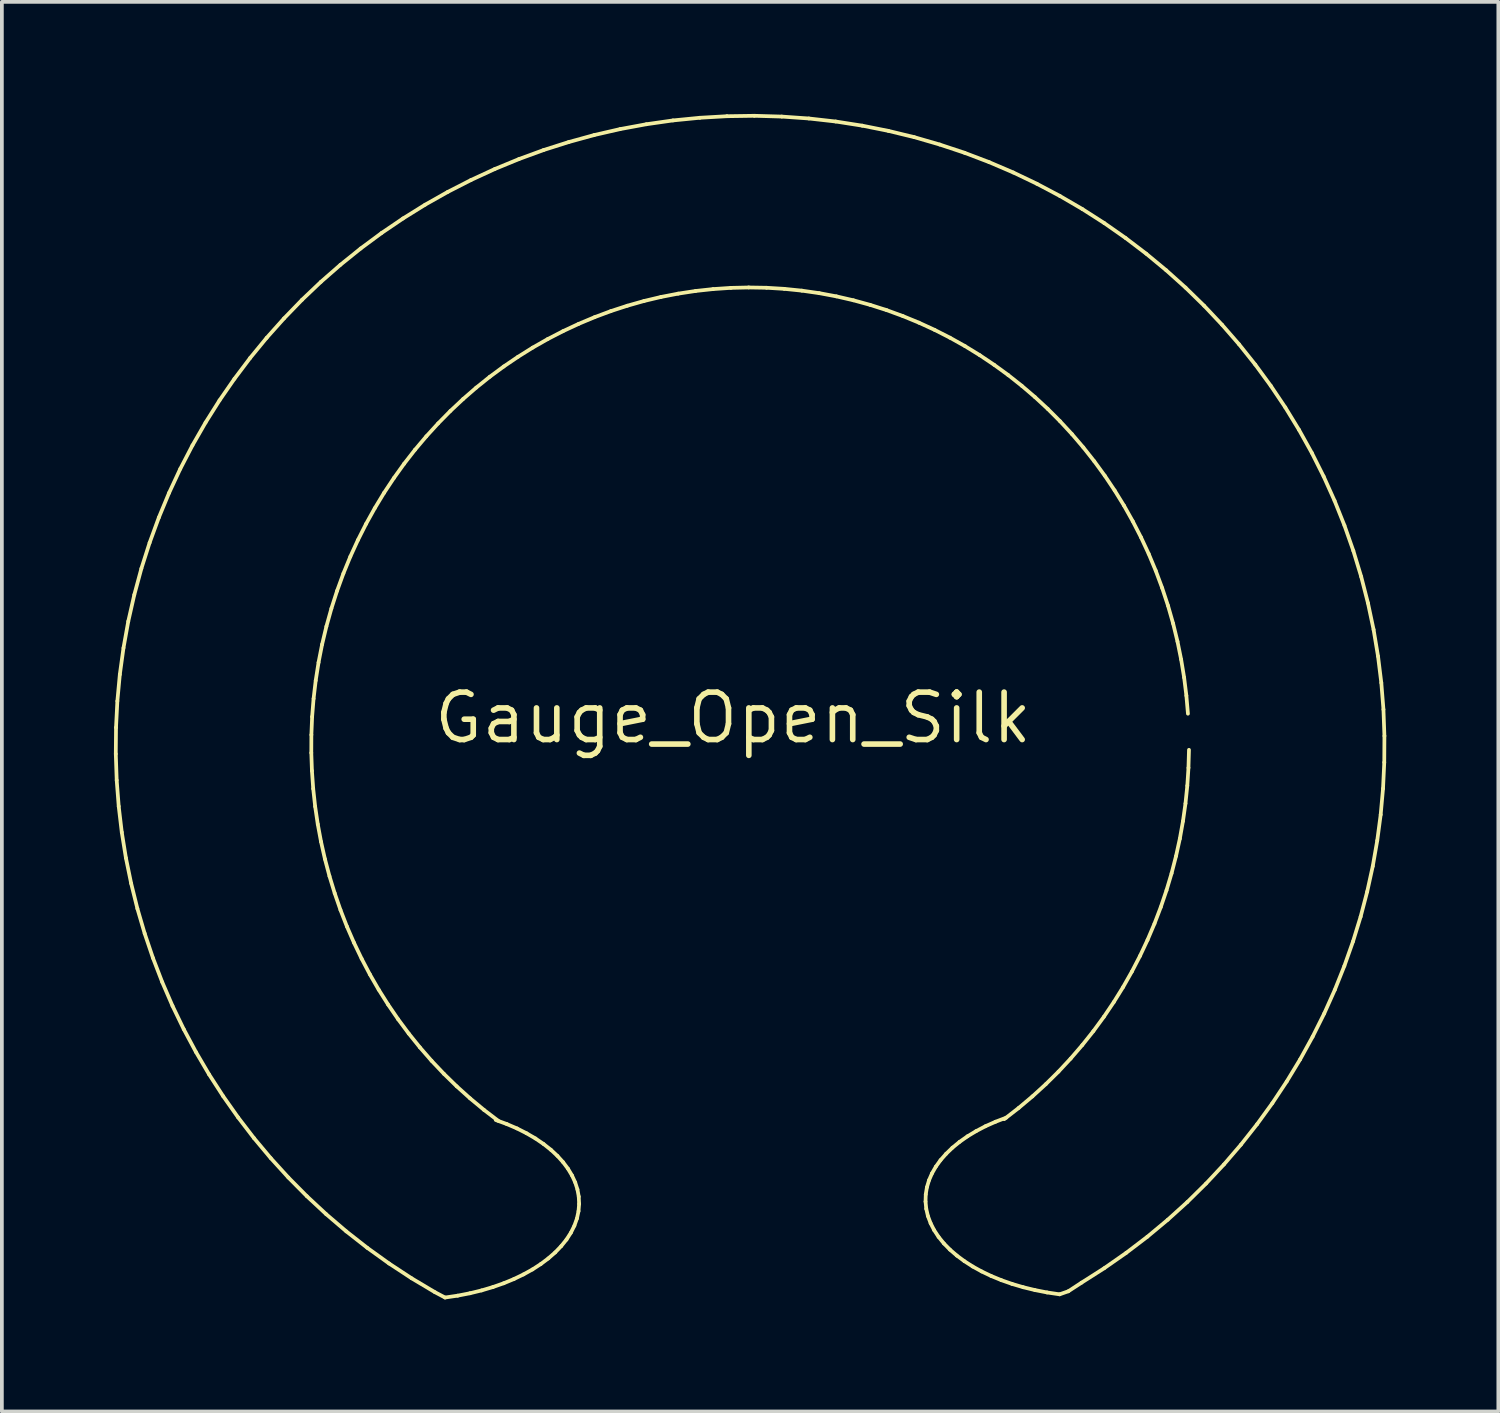
<source format=kicad_pcb>
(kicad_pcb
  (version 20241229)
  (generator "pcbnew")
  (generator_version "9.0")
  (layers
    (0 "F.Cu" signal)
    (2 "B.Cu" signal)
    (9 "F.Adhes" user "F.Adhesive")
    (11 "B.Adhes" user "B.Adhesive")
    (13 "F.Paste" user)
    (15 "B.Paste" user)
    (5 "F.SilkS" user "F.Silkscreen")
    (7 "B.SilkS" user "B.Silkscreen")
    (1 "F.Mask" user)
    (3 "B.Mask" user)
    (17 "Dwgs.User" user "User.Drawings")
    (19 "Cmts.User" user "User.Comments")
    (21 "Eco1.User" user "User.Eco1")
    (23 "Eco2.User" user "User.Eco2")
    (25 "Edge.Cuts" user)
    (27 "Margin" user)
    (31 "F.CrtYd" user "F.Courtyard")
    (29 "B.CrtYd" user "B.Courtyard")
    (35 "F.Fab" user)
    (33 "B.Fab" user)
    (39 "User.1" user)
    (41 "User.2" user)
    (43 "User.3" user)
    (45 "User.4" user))
  (footprint "Gauge_Open_Silk"
    (layer "F.Cu")
    (at 16.574 16.169)
    (property "Reference" "Gauge_Open_Silk" (at 0 0 0) (layer "F.SilkS") (effects (font (size 1.27 1.27) (thickness 0.15))))
    (attr through_hole)
    (fp_line (start 12.179 -0.112) (end 12.202 0.372) (stroke (width 0.1) (type solid)) (layer "F.Mask"))
    (fp_line (start 12.202 0.372) (end 12.207 0.855) (stroke (width 0.1) (type solid)) (layer "F.Mask"))
    (fp_line (start -16.524 0.965) (end -16.518 0.258) (stroke (width 0.1) (type solid)) (layer "F.SilkS"))
    (fp_line (start -16.518 0.258) (end -16.482 -0.451) (stroke (width 0.1) (type solid)) (layer "F.SilkS"))
    (fp_line (start -16.5 1.668) (end -16.524 0.965) (stroke (width 0.1) (type solid)) (layer "F.SilkS"))
    (fp_line (start -16.482 -0.451) (end -16.416 -1.162) (stroke (width 0.1) (type solid)) (layer "F.SilkS"))
    (fp_line (start -16.446 2.367) (end -16.5 1.668) (stroke (width 0.1) (type solid)) (layer "F.SilkS"))
    (fp_line (start -16.416 -1.162) (end -16.318 -1.873) (stroke (width 0.1) (type solid)) (layer "F.SilkS"))
    (fp_line (start -16.364 3.061) (end -16.446 2.367) (stroke (width 0.1) (type solid)) (layer "F.SilkS"))
    (fp_line (start -16.318 -1.873) (end -16.19 -2.585) (stroke (width 0.1) (type solid)) (layer "F.SilkS"))
    (fp_line (start -16.253 3.75) (end -16.364 3.061) (stroke (width 0.1) (type solid)) (layer "F.SilkS"))
    (fp_line (start -16.19 -2.585) (end -16.029 -3.295) (stroke (width 0.1) (type solid)) (layer "F.SilkS"))
    (fp_line (start -16.113 4.431) (end -16.253 3.75) (stroke (width 0.1) (type solid)) (layer "F.SilkS"))
    (fp_line (start -16.029 -3.295) (end -15.839 -3.999) (stroke (width 0.1) (type solid)) (layer "F.SilkS"))
    (fp_line (start -15.946 5.105) (end -16.113 4.431) (stroke (width 0.1) (type solid)) (layer "F.SilkS"))
    (fp_line (start -15.839 -3.999) (end -15.619 -4.688) (stroke (width 0.1) (type solid)) (layer "F.SilkS"))
    (fp_line (start -15.751 5.771) (end -15.946 5.105) (stroke (width 0.1) (type solid)) (layer "F.SilkS"))
    (fp_line (start -15.619 -4.688) (end -15.372 -5.363) (stroke (width 0.1) (type solid)) (layer "F.SilkS"))
    (fp_line (start -15.529 6.428) (end -15.751 5.771) (stroke (width 0.1) (type solid)) (layer "F.SilkS"))
    (fp_line (start -15.372 -5.363) (end -15.098 -6.023) (stroke (width 0.1) (type solid)) (layer "F.SilkS"))
    (fp_line (start -15.281 7.074) (end -15.529 6.428) (stroke (width 0.1) (type solid)) (layer "F.SilkS"))
    (fp_line (start -15.098 -6.023) (end -14.798 -6.667) (stroke (width 0.1) (type solid)) (layer "F.SilkS"))
    (fp_line (start -15.006 7.71) (end -15.281 7.074) (stroke (width 0.1) (type solid)) (layer "F.SilkS"))
    (fp_line (start -14.798 -6.667) (end -14.472 -7.295) (stroke (width 0.1) (type solid)) (layer "F.SilkS"))
    (fp_line (start -14.705 8.334) (end -15.006 7.71) (stroke (width 0.1) (type solid)) (layer "F.SilkS"))
    (fp_line (start -14.472 -7.295) (end -14.121 -7.907) (stroke (width 0.1) (type solid)) (layer "F.SilkS"))
    (fp_line (start -14.378 8.946) (end -14.705 8.334) (stroke (width 0.1) (type solid)) (layer "F.SilkS"))
    (fp_line (start -14.121 -7.907) (end -13.747 -8.501) (stroke (width 0.1) (type solid)) (layer "F.SilkS"))
    (fp_line (start -14.027 9.544) (end -14.378 8.946) (stroke (width 0.1) (type solid)) (layer "F.SilkS"))
    (fp_line (start -13.747 -8.501) (end -13.348 -9.077) (stroke (width 0.1) (type solid)) (layer "F.SilkS"))
    (fp_line (start -13.65 10.128) (end -14.027 9.544) (stroke (width 0.1) (type solid)) (layer "F.SilkS"))
    (fp_line (start -13.348 -9.077) (end -12.928 -9.635) (stroke (width 0.1) (type solid)) (layer "F.SilkS"))
    (fp_line (start -13.249 10.697) (end -13.65 10.128) (stroke (width 0.1) (type solid)) (layer "F.SilkS"))
    (fp_line (start -12.928 -9.635) (end -12.485 -10.175) (stroke (width 0.1) (type solid)) (layer "F.SilkS"))
    (fp_line (start -12.825 11.25) (end -13.249 10.697) (stroke (width 0.1) (type solid)) (layer "F.SilkS"))
    (fp_line (start -12.485 -10.175) (end -12.021 -10.694) (stroke (width 0.1) (type solid)) (layer "F.SilkS"))
    (fp_line (start -12.376 11.786) (end -12.825 11.25) (stroke (width 0.1) (type solid)) (layer "F.SilkS"))
    (fp_line (start -12.021 -10.694) (end -11.537 -11.194) (stroke (width 0.1) (type solid)) (layer "F.SilkS"))
    (fp_line (start -11.904 12.305) (end -12.376 11.786) (stroke (width 0.1) (type solid)) (layer "F.SilkS"))
    (fp_line (start -11.537 -11.194) (end -11.033 -11.673) (stroke (width 0.1) (type solid)) (layer "F.SilkS"))
    (fp_line (start -11.409 12.805) (end -11.904 12.305) (stroke (width 0.1) (type solid)) (layer "F.SilkS"))
    (fp_line (start -11.29 0.936) (end -11.288 0.453) (stroke (width 0.1) (type solid)) (layer "F.SilkS"))
    (fp_line (start -11.288 0.453) (end -11.268 -0.031) (stroke (width 0.1) (type solid)) (layer "F.SilkS"))
    (fp_line (start -11.273 1.417) (end -11.29 0.936) (stroke (width 0.1) (type solid)) (layer "F.SilkS"))
    (fp_line (start -11.268 -0.031) (end -11.229 -0.515) (stroke (width 0.1) (type solid)) (layer "F.SilkS"))
    (fp_line (start -11.239 1.896) (end -11.273 1.417) (stroke (width 0.1) (type solid)) (layer "F.SilkS"))
    (fp_line (start -11.229 -0.515) (end -11.172 -1) (stroke (width 0.1) (type solid)) (layer "F.SilkS"))
    (fp_line (start -11.187 2.372) (end -11.239 1.896) (stroke (width 0.1) (type solid)) (layer "F.SilkS"))
    (fp_line (start -11.172 -1) (end -11.096 -1.484) (stroke (width 0.1) (type solid)) (layer "F.SilkS"))
    (fp_line (start -11.117 2.845) (end -11.187 2.372) (stroke (width 0.1) (type solid)) (layer "F.SilkS"))
    (fp_line (start -11.096 -1.484) (end -11.001 -1.967) (stroke (width 0.1) (type solid)) (layer "F.SilkS"))
    (fp_line (start -11.033 -11.673) (end -10.51 -12.13) (stroke (width 0.1) (type solid)) (layer "F.SilkS"))
    (fp_line (start -11.03 3.314) (end -11.117 2.845) (stroke (width 0.1) (type solid)) (layer "F.SilkS"))
    (fp_line (start -11.001 -1.967) (end -10.886 -2.448) (stroke (width 0.1) (type solid)) (layer "F.SilkS"))
    (fp_line (start -10.925 3.779) (end -11.03 3.314) (stroke (width 0.1) (type solid)) (layer "F.SilkS"))
    (fp_line (start -10.892 13.286) (end -11.409 12.805) (stroke (width 0.1) (type solid)) (layer "F.SilkS"))
    (fp_line (start -10.886 -2.448) (end -10.752 -2.928) (stroke (width 0.1) (type solid)) (layer "F.SilkS"))
    (fp_line (start -10.803 4.239) (end -10.925 3.779) (stroke (width 0.1) (type solid)) (layer "F.SilkS"))
    (fp_line (start -10.752 -2.928) (end -10.6 -3.401) (stroke (width 0.1) (type solid)) (layer "F.SilkS"))
    (fp_line (start -10.664 4.693) (end -10.803 4.239) (stroke (width 0.1) (type solid)) (layer "F.SilkS"))
    (fp_line (start -10.6 -3.401) (end -10.431 -3.865) (stroke (width 0.1) (type solid)) (layer "F.SilkS"))
    (fp_line (start -10.51 -12.13) (end -9.969 -12.566) (stroke (width 0.1) (type solid)) (layer "F.SilkS"))
    (fp_line (start -10.509 5.142) (end -10.664 4.693) (stroke (width 0.1) (type solid)) (layer "F.SilkS"))
    (fp_line (start -10.431 -3.865) (end -10.245 -4.318) (stroke (width 0.1) (type solid)) (layer "F.SilkS"))
    (fp_line (start -10.353 13.747) (end -10.892 13.286) (stroke (width 0.1) (type solid)) (layer "F.SilkS"))
    (fp_line (start -10.337 5.584) (end -10.509 5.142) (stroke (width 0.1) (type solid)) (layer "F.SilkS"))
    (fp_line (start -10.245 -4.318) (end -10.042 -4.761) (stroke (width 0.1) (type solid)) (layer "F.SilkS"))
    (fp_line (start -10.148 6.018) (end -10.337 5.584) (stroke (width 0.1) (type solid)) (layer "F.SilkS"))
    (fp_line (start -10.042 -4.761) (end -9.824 -5.193) (stroke (width 0.1) (type solid)) (layer "F.SilkS"))
    (fp_line (start -9.969 -12.566) (end -9.41 -12.98) (stroke (width 0.1) (type solid)) (layer "F.SilkS"))
    (fp_line (start -9.943 6.446) (end -10.148 6.018) (stroke (width 0.1) (type solid)) (layer "F.SilkS"))
    (fp_line (start -9.824 -5.193) (end -9.591 -5.613) (stroke (width 0.1) (type solid)) (layer "F.SilkS"))
    (fp_line (start -9.792 14.187) (end -10.353 13.747) (stroke (width 0.1) (type solid)) (layer "F.SilkS"))
    (fp_line (start -9.723 6.865) (end -9.943 6.446) (stroke (width 0.1) (type solid)) (layer "F.SilkS"))
    (fp_line (start -9.591 -5.613) (end -9.343 -6.023) (stroke (width 0.1) (type solid)) (layer "F.SilkS"))
    (fp_line (start -9.486 7.276) (end -9.723 6.865) (stroke (width 0.1) (type solid)) (layer "F.SilkS"))
    (fp_line (start -9.41 -12.98) (end -8.835 -13.37) (stroke (width 0.1) (type solid)) (layer "F.SilkS"))
    (fp_line (start -9.343 -6.023) (end -9.08 -6.42) (stroke (width 0.1) (type solid)) (layer "F.SilkS"))
    (fp_line (start -9.233 7.677) (end -9.486 7.276) (stroke (width 0.1) (type solid)) (layer "F.SilkS"))
    (fp_line (start -9.209 14.606) (end -9.792 14.187) (stroke (width 0.1) (type solid)) (layer "F.SilkS"))
    (fp_line (start -9.08 -6.42) (end -8.804 -6.805) (stroke (width 0.1) (type solid)) (layer "F.SilkS"))
    (fp_line (start -8.965 8.069) (end -9.233 7.677) (stroke (width 0.1) (type solid)) (layer "F.SilkS"))
    (fp_line (start -8.835 -13.37) (end -8.244 -13.738) (stroke (width 0.1) (type solid)) (layer "F.SilkS"))
    (fp_line (start -8.804 -6.805) (end -8.514 -7.178) (stroke (width 0.1) (type solid)) (layer "F.SilkS"))
    (fp_line (start -8.682 8.45) (end -8.965 8.069) (stroke (width 0.1) (type solid)) (layer "F.SilkS"))
    (fp_line (start -8.606 15.002) (end -9.209 14.606) (stroke (width 0.1) (type solid)) (layer "F.SilkS"))
    (fp_line (start -8.514 -7.178) (end -8.21 -7.538) (stroke (width 0.1) (type solid)) (layer "F.SilkS"))
    (fp_line (start -8.383 8.821) (end -8.682 8.45) (stroke (width 0.1) (type solid)) (layer "F.SilkS"))
    (fp_line (start -8.244 -13.738) (end -7.637 -14.081) (stroke (width 0.1) (type solid)) (layer "F.SilkS"))
    (fp_line (start -8.21 -7.538) (end -7.894 -7.884) (stroke (width 0.1) (type solid)) (layer "F.SilkS"))
    (fp_line (start -8.07 9.18) (end -8.383 8.821) (stroke (width 0.1) (type solid)) (layer "F.SilkS"))
    (fp_line (start -7.982 15.374) (end -8.606 15.002) (stroke (width 0.1) (type solid)) (layer "F.SilkS"))
    (fp_line (start -7.894 -7.884) (end -7.566 -8.217) (stroke (width 0.1) (type solid)) (layer "F.SilkS"))
    (fp_line (start -7.741 9.528) (end -8.07 9.18) (stroke (width 0.1) (type solid)) (layer "F.SilkS"))
    (fp_line (start -7.71 15.518) (end -7.982 15.374) (stroke (width 0.1) (type solid)) (layer "F.SilkS"))
    (fp_line (start -7.637 -14.081) (end -7.016 -14.399) (stroke (width 0.1) (type solid)) (layer "F.SilkS"))
    (fp_line (start -7.566 -8.217) (end -7.226 -8.536) (stroke (width 0.1) (type solid)) (layer "F.SilkS"))
    (fp_line (start -7.398 9.863) (end -7.741 9.528) (stroke (width 0.1) (type solid)) (layer "F.SilkS"))
    (fp_line (start -7.372 15.468) (end -7.71 15.518) (stroke (width 0.1) (type solid)) (layer "F.SilkS"))
    (fp_line (start -7.226 -8.536) (end -6.875 -8.841) (stroke (width 0.1) (type solid)) (layer "F.SilkS"))
    (fp_line (start -7.044 15.404) (end -7.372 15.468) (stroke (width 0.1) (type solid)) (layer "F.SilkS"))
    (fp_line (start -7.04 10.185) (end -7.398 9.863) (stroke (width 0.1) (type solid)) (layer "F.SilkS"))
    (fp_line (start -7.016 -14.399) (end -6.38 -14.693) (stroke (width 0.1) (type solid)) (layer "F.SilkS"))
    (fp_line (start -6.875 -8.841) (end -6.512 -9.132) (stroke (width 0.1) (type solid)) (layer "F.SilkS"))
    (fp_line (start -6.729 15.327) (end -7.044 15.404) (stroke (width 0.1) (type solid)) (layer "F.SilkS"))
    (fp_line (start -6.668 10.494) (end -7.04 10.185) (stroke (width 0.1) (type solid)) (layer "F.SilkS"))
    (fp_line (start -6.512 -9.132) (end -6.139 -9.407) (stroke (width 0.1) (type solid)) (layer "F.SilkS"))
    (fp_line (start -6.427 15.237) (end -6.729 15.327) (stroke (width 0.1) (type solid)) (layer "F.SilkS"))
    (fp_line (start -6.38 -14.693) (end -5.732 -14.96) (stroke (width 0.1) (type solid)) (layer "F.SilkS"))
    (fp_line (start -6.352 10.765) (end -6.058 10.873) (stroke (width 0.1) (type solid)) (layer "F.SilkS"))
    (fp_line (start -6.282 10.789) (end -6.668 10.494) (stroke (width 0.1) (type solid)) (layer "F.SilkS"))
    (fp_line (start -6.139 -9.407) (end -5.756 -9.667) (stroke (width 0.1) (type solid)) (layer "F.SilkS"))
    (fp_line (start -6.139 15.136) (end -6.427 15.237) (stroke (width 0.1) (type solid)) (layer "F.SilkS"))
    (fp_line (start -6.058 10.873) (end -5.783 10.991) (stroke (width 0.1) (type solid)) (layer "F.SilkS"))
    (fp_line (start -5.866 15.023) (end -6.139 15.136) (stroke (width 0.1) (type solid)) (layer "F.SilkS"))
    (fp_line (start -5.783 10.991) (end -5.527 11.121) (stroke (width 0.1) (type solid)) (layer "F.SilkS"))
    (fp_line (start -5.756 -9.667) (end -5.364 -9.912) (stroke (width 0.1) (type solid)) (layer "F.SilkS"))
    (fp_line (start -5.732 -14.96) (end -5.072 -15.202) (stroke (width 0.1) (type solid)) (layer "F.SilkS"))
    (fp_line (start -5.609 14.899) (end -5.866 15.023) (stroke (width 0.1) (type solid)) (layer "F.SilkS"))
    (fp_line (start -5.527 11.121) (end -5.29 11.259) (stroke (width 0.1) (type solid)) (layer "F.SilkS"))
    (fp_line (start -5.369 14.766) (end -5.609 14.899) (stroke (width 0.1) (type solid)) (layer "F.SilkS"))
    (fp_line (start -5.364 -9.912) (end -4.962 -10.141) (stroke (width 0.1) (type solid)) (layer "F.SilkS"))
    (fp_line (start -5.29 11.259) (end -5.073 11.407) (stroke (width 0.1) (type solid)) (layer "F.SilkS"))
    (fp_line (start -5.147 14.622) (end -5.369 14.766) (stroke (width 0.1) (type solid)) (layer "F.SilkS"))
    (fp_line (start -5.073 11.407) (end -4.877 11.562) (stroke (width 0.1) (type solid)) (layer "F.SilkS"))
    (fp_line (start -5.072 -15.202) (end -4.399 -15.416) (stroke (width 0.1) (type solid)) (layer "F.SilkS"))
    (fp_line (start -4.962 -10.141) (end -4.551 -10.353) (stroke (width 0.1) (type solid)) (layer "F.SilkS"))
    (fp_line (start -4.944 14.47) (end -5.147 14.622) (stroke (width 0.1) (type solid)) (layer "F.SilkS"))
    (fp_line (start -4.877 11.562) (end -4.702 11.725) (stroke (width 0.1) (type solid)) (layer "F.SilkS"))
    (fp_line (start -4.761 14.31) (end -4.944 14.47) (stroke (width 0.1) (type solid)) (layer "F.SilkS"))
    (fp_line (start -4.702 11.725) (end -4.549 11.895) (stroke (width 0.1) (type solid)) (layer "F.SilkS"))
    (fp_line (start -4.599 14.141) (end -4.761 14.31) (stroke (width 0.1) (type solid)) (layer "F.SilkS"))
    (fp_line (start -4.551 -10.353) (end -4.132 -10.549) (stroke (width 0.1) (type solid)) (layer "F.SilkS"))
    (fp_line (start -4.549 11.895) (end -4.418 12.07) (stroke (width 0.1) (type solid)) (layer "F.SilkS"))
    (fp_line (start -4.458 13.966) (end -4.599 14.141) (stroke (width 0.1) (type solid)) (layer "F.SilkS"))
    (fp_line (start -4.418 12.07) (end -4.31 12.251) (stroke (width 0.1) (type solid)) (layer "F.SilkS"))
    (fp_line (start -4.399 -15.416) (end -3.716 -15.604) (stroke (width 0.1) (type solid)) (layer "F.SilkS"))
    (fp_line (start -4.341 13.783) (end -4.458 13.966) (stroke (width 0.1) (type solid)) (layer "F.SilkS"))
    (fp_line (start -4.31 12.251) (end -4.225 12.436) (stroke (width 0.1) (type solid)) (layer "F.SilkS"))
    (fp_line (start -4.247 13.595) (end -4.341 13.783) (stroke (width 0.1) (type solid)) (layer "F.SilkS"))
    (fp_line (start -4.225 12.436) (end -4.165 12.624) (stroke (width 0.1) (type solid)) (layer "F.SilkS"))
    (fp_line (start -4.178 13.401) (end -4.247 13.595) (stroke (width 0.1) (type solid)) (layer "F.SilkS"))
    (fp_line (start -4.165 12.624) (end -4.13 12.816) (stroke (width 0.1) (type solid)) (layer "F.SilkS"))
    (fp_line (start -4.136 13.205) (end -4.178 13.401) (stroke (width 0.1) (type solid)) (layer "F.SilkS"))
    (fp_line (start -4.132 -10.549) (end -3.705 -10.728) (stroke (width 0.1) (type solid)) (layer "F.SilkS"))
    (fp_line (start -4.13 12.816) (end -4.12 13.01) (stroke (width 0.1) (type solid)) (layer "F.SilkS"))
    (fp_line (start -4.12 13.01) (end -4.136 13.205) (stroke (width 0.1) (type solid)) (layer "F.SilkS"))
    (fp_line (start -3.716 -15.604) (end -3.023 -15.763) (stroke (width 0.1) (type solid)) (layer "F.SilkS"))
    (fp_line (start -3.705 -10.728) (end -3.271 -10.89) (stroke (width 0.1) (type solid)) (layer "F.SilkS"))
    (fp_line (start -3.271 -10.89) (end -2.83 -11.034) (stroke (width 0.1) (type solid)) (layer "F.SilkS"))
    (fp_line (start -3.023 -15.763) (end -2.32 -15.893) (stroke (width 0.1) (type solid)) (layer "F.SilkS"))
    (fp_line (start -2.83 -11.034) (end -2.382 -11.161) (stroke (width 0.1) (type solid)) (layer "F.SilkS"))
    (fp_line (start -2.382 -11.161) (end -1.928 -11.269) (stroke (width 0.1) (type solid)) (layer "F.SilkS"))
    (fp_line (start -2.32 -15.893) (end -1.608 -15.995) (stroke (width 0.1) (type solid)) (layer "F.SilkS"))
    (fp_line (start -1.928 -11.269) (end -1.468 -11.358) (stroke (width 0.1) (type solid)) (layer "F.SilkS"))
    (fp_line (start -1.608 -15.995) (end -0.889 -16.066) (stroke (width 0.1) (type solid)) (layer "F.SilkS"))
    (fp_line (start -1.468 -11.358) (end -1.003 -11.429) (stroke (width 0.1) (type solid)) (layer "F.SilkS"))
    (fp_line (start -1.003 -11.429) (end -0.533 -11.48) (stroke (width 0.1) (type solid)) (layer "F.SilkS"))
    (fp_line (start -0.889 -16.066) (end -0.162 -16.108) (stroke (width 0.1) (type solid)) (layer "F.SilkS"))
    (fp_line (start -0.533 -11.48) (end -0.059 -11.512) (stroke (width 0.1) (type solid)) (layer "F.SilkS"))
    (fp_line (start -0.162 -16.108) (end 0.571 -16.119) (stroke (width 0.1) (type solid)) (layer "F.SilkS"))
    (fp_line (start -0.059 -11.512) (end 0.419 -11.523) (stroke (width 0.1) (type solid)) (layer "F.SilkS"))
    (fp_line (start 0.419 -11.523) (end 0.897 -11.515) (stroke (width 0.1) (type solid)) (layer "F.SilkS"))
    (fp_line (start 0.571 -16.119) (end 1.305 -16.098) (stroke (width 0.1) (type solid)) (layer "F.SilkS"))
    (fp_line (start 0.897 -11.515) (end 1.372 -11.486) (stroke (width 0.1) (type solid)) (layer "F.SilkS"))
    (fp_line (start 1.305 -16.098) (end 2.031 -16.047) (stroke (width 0.1) (type solid)) (layer "F.SilkS"))
    (fp_line (start 1.372 -11.486) (end 1.842 -11.438) (stroke (width 0.1) (type solid)) (layer "F.SilkS"))
    (fp_line (start 1.842 -11.438) (end 2.307 -11.371) (stroke (width 0.1) (type solid)) (layer "F.SilkS"))
    (fp_line (start 2.031 -16.047) (end 2.749 -15.966) (stroke (width 0.1) (type solid)) (layer "F.SilkS"))
    (fp_line (start 2.307 -11.371) (end 2.767 -11.285) (stroke (width 0.1) (type solid)) (layer "F.SilkS"))
    (fp_line (start 2.749 -15.966) (end 3.459 -15.855) (stroke (width 0.1) (type solid)) (layer "F.SilkS"))
    (fp_line (start 2.767 -11.285) (end 3.222 -11.18) (stroke (width 0.1) (type solid)) (layer "F.SilkS"))
    (fp_line (start 3.222 -11.18) (end 3.671 -11.057) (stroke (width 0.1) (type solid)) (layer "F.SilkS"))
    (fp_line (start 3.459 -15.855) (end 4.16 -15.715) (stroke (width 0.1) (type solid)) (layer "F.SilkS"))
    (fp_line (start 3.671 -11.057) (end 4.113 -10.916) (stroke (width 0.1) (type solid)) (layer "F.SilkS"))
    (fp_line (start 4.113 -10.916) (end 4.548 -10.757) (stroke (width 0.1) (type solid)) (layer "F.SilkS"))
    (fp_line (start 4.16 -15.715) (end 4.852 -15.547) (stroke (width 0.1) (type solid)) (layer "F.SilkS"))
    (fp_line (start 4.548 -10.757) (end 4.976 -10.581) (stroke (width 0.1) (type solid)) (layer "F.SilkS"))
    (fp_line (start 4.852 -15.547) (end 5.532 -15.35) (stroke (width 0.1) (type solid)) (layer "F.SilkS"))
    (fp_line (start 4.976 -10.581) (end 5.396 -10.388) (stroke (width 0.1) (type solid)) (layer "F.SilkS"))
    (fp_line (start 5.154 12.949) (end 5.173 13.143) (stroke (width 0.1) (type solid)) (layer "F.SilkS"))
    (fp_line (start 5.16 12.756) (end 5.154 12.949) (stroke (width 0.1) (type solid)) (layer "F.SilkS"))
    (fp_line (start 5.173 13.143) (end 5.218 13.337) (stroke (width 0.1) (type solid)) (layer "F.SilkS"))
    (fp_line (start 5.191 12.566) (end 5.16 12.756) (stroke (width 0.1) (type solid)) (layer "F.SilkS"))
    (fp_line (start 5.218 13.337) (end 5.29 13.529) (stroke (width 0.1) (type solid)) (layer "F.SilkS"))
    (fp_line (start 5.247 12.378) (end 5.191 12.566) (stroke (width 0.1) (type solid)) (layer "F.SilkS"))
    (fp_line (start 5.29 13.529) (end 5.385 13.715) (stroke (width 0.1) (type solid)) (layer "F.SilkS"))
    (fp_line (start 5.327 12.194) (end 5.247 12.378) (stroke (width 0.1) (type solid)) (layer "F.SilkS"))
    (fp_line (start 5.385 13.715) (end 5.504 13.896) (stroke (width 0.1) (type solid)) (layer "F.SilkS"))
    (fp_line (start 5.396 -10.388) (end 5.808 -10.178) (stroke (width 0.1) (type solid)) (layer "F.SilkS"))
    (fp_line (start 5.43 12.014) (end 5.327 12.194) (stroke (width 0.1) (type solid)) (layer "F.SilkS"))
    (fp_line (start 5.504 13.896) (end 5.645 14.07) (stroke (width 0.1) (type solid)) (layer "F.SilkS"))
    (fp_line (start 5.532 -15.35) (end 6.202 -15.127) (stroke (width 0.1) (type solid)) (layer "F.SilkS"))
    (fp_line (start 5.556 11.839) (end 5.43 12.014) (stroke (width 0.1) (type solid)) (layer "F.SilkS"))
    (fp_line (start 5.645 14.07) (end 5.808 14.236) (stroke (width 0.1) (type solid)) (layer "F.SilkS"))
    (fp_line (start 5.705 11.67) (end 5.556 11.839) (stroke (width 0.1) (type solid)) (layer "F.SilkS"))
    (fp_line (start 5.808 14.236) (end 5.992 14.395) (stroke (width 0.1) (type solid)) (layer "F.SilkS"))
    (fp_line (start 5.808 -10.178) (end 6.212 -9.952) (stroke (width 0.1) (type solid)) (layer "F.SilkS"))
    (fp_line (start 5.874 11.507) (end 5.705 11.67) (stroke (width 0.1) (type solid)) (layer "F.SilkS"))
    (fp_line (start 5.992 14.395) (end 6.195 14.545) (stroke (width 0.1) (type solid)) (layer "F.SilkS"))
    (fp_line (start 6.065 11.351) (end 5.874 11.507) (stroke (width 0.1) (type solid)) (layer "F.SilkS"))
    (fp_line (start 6.195 14.545) (end 6.416 14.687) (stroke (width 0.1) (type solid)) (layer "F.SilkS"))
    (fp_line (start 6.202 -15.127) (end 6.859 -14.877) (stroke (width 0.1) (type solid)) (layer "F.SilkS"))
    (fp_line (start 6.212 -9.952) (end 6.606 -9.71) (stroke (width 0.1) (type solid)) (layer "F.SilkS"))
    (fp_line (start 6.277 11.202) (end 6.065 11.351) (stroke (width 0.1) (type solid)) (layer "F.SilkS"))
    (fp_line (start 6.416 14.687) (end 6.655 14.819) (stroke (width 0.1) (type solid)) (layer "F.SilkS"))
    (fp_line (start 6.508 11.063) (end 6.277 11.202) (stroke (width 0.1) (type solid)) (layer "F.SilkS"))
    (fp_line (start 6.606 -9.71) (end 6.991 -9.452) (stroke (width 0.1) (type solid)) (layer "F.SilkS"))
    (fp_line (start 6.655 14.819) (end 6.911 14.941) (stroke (width 0.1) (type solid)) (layer "F.SilkS"))
    (fp_line (start 6.758 10.932) (end 6.508 11.063) (stroke (width 0.1) (type solid)) (layer "F.SilkS"))
    (fp_line (start 6.859 -14.877) (end 7.504 -14.601) (stroke (width 0.1) (type solid)) (layer "F.SilkS"))
    (fp_line (start 6.911 14.941) (end 7.183 15.053) (stroke (width 0.1) (type solid)) (layer "F.SilkS"))
    (fp_line (start 6.991 -9.452) (end 7.365 -9.18) (stroke (width 0.1) (type solid)) (layer "F.SilkS"))
    (fp_line (start 7.028 10.812) (end 6.758 10.932) (stroke (width 0.1) (type solid)) (layer "F.SilkS"))
    (fp_line (start 7.183 15.053) (end 7.469 15.153) (stroke (width 0.1) (type solid)) (layer "F.SilkS"))
    (fp_line (start 7.316 10.702) (end 7.028 10.812) (stroke (width 0.1) (type solid)) (layer "F.SilkS"))
    (fp_line (start 7.365 -9.18) (end 7.729 -8.892) (stroke (width 0.1) (type solid)) (layer "F.SilkS"))
    (fp_line (start 7.469 15.153) (end 7.769 15.242) (stroke (width 0.1) (type solid)) (layer "F.SilkS"))
    (fp_line (start 7.504 -14.601) (end 8.135 -14.299) (stroke (width 0.1) (type solid)) (layer "F.SilkS"))
    (fp_line (start 7.646 10.444) (end 7.262 10.742) (stroke (width 0.1) (type solid)) (layer "F.SilkS"))
    (fp_line (start 7.729 -8.892) (end 8.083 -8.589) (stroke (width 0.1) (type solid)) (layer "F.SilkS"))
    (fp_line (start 7.769 15.242) (end 8.082 15.318) (stroke (width 0.1) (type solid)) (layer "F.SilkS"))
    (fp_line (start 8.016 10.133) (end 7.646 10.444) (stroke (width 0.1) (type solid)) (layer "F.SilkS"))
    (fp_line (start 8.082 15.318) (end 8.407 15.382) (stroke (width 0.1) (type solid)) (layer "F.SilkS"))
    (fp_line (start 8.083 -8.589) (end 8.425 -8.273) (stroke (width 0.1) (type solid)) (layer "F.SilkS"))
    (fp_line (start 8.135 -14.299) (end 8.752 -13.972) (stroke (width 0.1) (type solid)) (layer "F.SilkS"))
    (fp_line (start 8.372 9.808) (end 8.016 10.133) (stroke (width 0.1) (type solid)) (layer "F.SilkS"))
    (fp_line (start 8.407 15.382) (end 8.743 15.432) (stroke (width 0.1) (type solid)) (layer "F.SilkS"))
    (fp_line (start 8.425 -8.273) (end 8.755 -7.942) (stroke (width 0.1) (type solid)) (layer "F.SilkS"))
    (fp_line (start 8.713 9.471) (end 8.372 9.808) (stroke (width 0.1) (type solid)) (layer "F.SilkS"))
    (fp_line (start 8.752 -13.972) (end 9.354 -13.621) (stroke (width 0.1) (type solid)) (layer "F.SilkS"))
    (fp_line (start 8.755 -7.942) (end 9.074 -7.597) (stroke (width 0.1) (type solid)) (layer "F.SilkS"))
    (fp_line (start 8.976 15.351) (end 8.743 15.432) (stroke (width 0.1) (type solid)) (layer "F.SilkS"))
    (fp_line (start 9.039 9.121) (end 8.713 9.471) (stroke (width 0.1) (type solid)) (layer "F.SilkS"))
    (fp_line (start 9.074 -7.597) (end 9.379 -7.24) (stroke (width 0.1) (type solid)) (layer "F.SilkS"))
    (fp_line (start 9.329 15.121) (end 8.976 15.351) (stroke (width 0.1) (type solid)) (layer "F.SilkS"))
    (fp_line (start 9.35 8.76) (end 9.039 9.121) (stroke (width 0.1) (type solid)) (layer "F.SilkS"))
    (fp_line (start 9.354 -13.621) (end 9.94 -13.246) (stroke (width 0.1) (type solid)) (layer "F.SilkS"))
    (fp_line (start 9.379 -7.24) (end 9.672 -6.869) (stroke (width 0.1) (type solid)) (layer "F.SilkS"))
    (fp_line (start 9.647 8.387) (end 9.35 8.76) (stroke (width 0.1) (type solid)) (layer "F.SilkS"))
    (fp_line (start 9.672 -6.869) (end 9.951 -6.486) (stroke (width 0.1) (type solid)) (layer "F.SilkS"))
    (fp_line (start 9.928 8.003) (end 9.647 8.387) (stroke (width 0.1) (type solid)) (layer "F.SilkS"))
    (fp_line (start 9.938 14.733) (end 9.329 15.121) (stroke (width 0.1) (type solid)) (layer "F.SilkS"))
    (fp_line (start 9.94 -13.246) (end 10.51 -12.847) (stroke (width 0.1) (type solid)) (layer "F.SilkS"))
    (fp_line (start 9.951 -6.486) (end 10.216 -6.09) (stroke (width 0.1) (type solid)) (layer "F.SilkS"))
    (fp_line (start 10.193 7.61) (end 9.928 8.003) (stroke (width 0.1) (type solid)) (layer "F.SilkS"))
    (fp_line (start 10.216 -6.09) (end 10.467 -5.683) (stroke (width 0.1) (type solid)) (layer "F.SilkS"))
    (fp_line (start 10.443 7.207) (end 10.193 7.61) (stroke (width 0.1) (type solid)) (layer "F.SilkS"))
    (fp_line (start 10.467 -5.683) (end 10.702 -5.264) (stroke (width 0.1) (type solid)) (layer "F.SilkS"))
    (fp_line (start 10.51 -12.847) (end 11.063 -12.426) (stroke (width 0.1) (type solid)) (layer "F.SilkS"))
    (fp_line (start 10.526 14.322) (end 9.938 14.733) (stroke (width 0.1) (type solid)) (layer "F.SilkS"))
    (fp_line (start 10.677 6.794) (end 10.443 7.207) (stroke (width 0.1) (type solid)) (layer "F.SilkS"))
    (fp_line (start 10.702 -5.264) (end 10.923 -4.833) (stroke (width 0.1) (type solid)) (layer "F.SilkS"))
    (fp_line (start 10.895 6.374) (end 10.677 6.794) (stroke (width 0.1) (type solid)) (layer "F.SilkS"))
    (fp_line (start 10.923 -4.833) (end 11.128 -4.392) (stroke (width 0.1) (type solid)) (layer "F.SilkS"))
    (fp_line (start 11.063 -12.426) (end 11.598 -11.983) (stroke (width 0.1) (type solid)) (layer "F.SilkS"))
    (fp_line (start 11.093 13.89) (end 10.526 14.322) (stroke (width 0.1) (type solid)) (layer "F.SilkS"))
    (fp_line (start 11.097 5.945) (end 10.895 6.374) (stroke (width 0.1) (type solid)) (layer "F.SilkS"))
    (fp_line (start 11.128 -4.392) (end 11.317 -3.94) (stroke (width 0.1) (type solid)) (layer "F.SilkS"))
    (fp_line (start 11.283 5.509) (end 11.097 5.945) (stroke (width 0.1) (type solid)) (layer "F.SilkS"))
    (fp_line (start 11.317 -3.94) (end 11.489 -3.478) (stroke (width 0.1) (type solid)) (layer "F.SilkS"))
    (fp_line (start 11.452 5.066) (end 11.283 5.509) (stroke (width 0.1) (type solid)) (layer "F.SilkS"))
    (fp_line (start 11.489 -3.478) (end 11.645 -3.005) (stroke (width 0.1) (type solid)) (layer "F.SilkS"))
    (fp_line (start 11.598 -11.983) (end 12.115 -11.519) (stroke (width 0.1) (type solid)) (layer "F.SilkS"))
    (fp_line (start 11.605 4.616) (end 11.452 5.066) (stroke (width 0.1) (type solid)) (layer "F.SilkS"))
    (fp_line (start 11.638 13.436) (end 11.093 13.89) (stroke (width 0.1) (type solid)) (layer "F.SilkS"))
    (fp_line (start 11.645 -3.005) (end 11.782 -2.527) (stroke (width 0.1) (type solid)) (layer "F.SilkS"))
    (fp_line (start 11.741 4.161) (end 11.605 4.616) (stroke (width 0.1) (type solid)) (layer "F.SilkS"))
    (fp_line (start 11.782 -2.527) (end 11.899 -2.046) (stroke (width 0.1) (type solid)) (layer "F.SilkS"))
    (fp_line (start 11.86 3.7) (end 11.741 4.161) (stroke (width 0.1) (type solid)) (layer "F.SilkS"))
    (fp_line (start 11.899 -2.046) (end 11.997 -1.564) (stroke (width 0.1) (type solid)) (layer "F.SilkS"))
    (fp_line (start 11.962 3.235) (end 11.86 3.7) (stroke (width 0.1) (type solid)) (layer "F.SilkS"))
    (fp_line (start 11.997 -1.564) (end 12.077 -1.08) (stroke (width 0.1) (type solid)) (layer "F.SilkS"))
    (fp_line (start 12.046 2.765) (end 11.962 3.235) (stroke (width 0.1) (type solid)) (layer "F.SilkS"))
    (fp_line (start 12.077 -1.08) (end 12.137 -0.596) (stroke (width 0.1) (type solid)) (layer "F.SilkS"))
    (fp_line (start 12.113 2.292) (end 12.046 2.765) (stroke (width 0.1) (type solid)) (layer "F.SilkS"))
    (fp_line (start 12.115 -11.519) (end 12.613 -11.033) (stroke (width 0.1) (type solid)) (layer "F.SilkS"))
    (fp_line (start 12.137 -0.596) (end 12.179 -0.112) (stroke (width 0.1) (type solid)) (layer "F.SilkS"))
    (fp_line (start 12.162 1.815) (end 12.113 2.292) (stroke (width 0.1) (type solid)) (layer "F.SilkS"))
    (fp_line (start 12.162 12.962) (end 11.638 13.436) (stroke (width 0.1) (type solid)) (layer "F.SilkS"))
    (fp_line (start 12.193 1.336) (end 12.162 1.815) (stroke (width 0.1) (type solid)) (layer "F.SilkS"))
    (fp_line (start 12.207 0.855) (end 12.193 1.336) (stroke (width 0.1) (type solid)) (layer "F.SilkS"))
    (fp_line (start 12.613 -11.033) (end 13.09 -10.527) (stroke (width 0.1) (type solid)) (layer "F.SilkS"))
    (fp_line (start 12.663 12.468) (end 12.162 12.962) (stroke (width 0.1) (type solid)) (layer "F.SilkS"))
    (fp_line (start 13.09 -10.527) (end 13.547 -10.002) (stroke (width 0.1) (type solid)) (layer "F.SilkS"))
    (fp_line (start 13.142 11.956) (end 12.663 12.468) (stroke (width 0.1) (type solid)) (layer "F.SilkS"))
    (fp_line (start 13.547 -10.002) (end 13.982 -9.457) (stroke (width 0.1) (type solid)) (layer "F.SilkS"))
    (fp_line (start 13.598 11.425) (end 13.142 11.956) (stroke (width 0.1) (type solid)) (layer "F.SilkS"))
    (fp_line (start 13.982 -9.457) (end 14.395 -8.893) (stroke (width 0.1) (type solid)) (layer "F.SilkS"))
    (fp_line (start 14.03 10.878) (end 13.598 11.425) (stroke (width 0.1) (type solid)) (layer "F.SilkS"))
    (fp_line (start 14.395 -8.893) (end 14.786 -8.311) (stroke (width 0.1) (type solid)) (layer "F.SilkS"))
    (fp_line (start 14.439 10.314) (end 14.03 10.878) (stroke (width 0.1) (type solid)) (layer "F.SilkS"))
    (fp_line (start 14.786 -8.311) (end 15.152 -7.712) (stroke (width 0.1) (type solid)) (layer "F.SilkS"))
    (fp_line (start 14.823 9.735) (end 14.439 10.314) (stroke (width 0.1) (type solid)) (layer "F.SilkS"))
    (fp_line (start 15.152 -7.712) (end 15.495 -7.096) (stroke (width 0.1) (type solid)) (layer "F.SilkS"))
    (fp_line (start 15.183 9.142) (end 14.823 9.735) (stroke (width 0.1) (type solid)) (layer "F.SilkS"))
    (fp_line (start 15.495 -7.096) (end 15.812 -6.464) (stroke (width 0.1) (type solid)) (layer "F.SilkS"))
    (fp_line (start 15.517 8.535) (end 15.183 9.142) (stroke (width 0.1) (type solid)) (layer "F.SilkS"))
    (fp_line (start 15.812 -6.464) (end 16.104 -5.815) (stroke (width 0.1) (type solid)) (layer "F.SilkS"))
    (fp_line (start 15.827 7.915) (end 15.517 8.535) (stroke (width 0.1) (type solid)) (layer "F.SilkS"))
    (fp_line (start 16.104 -5.815) (end 16.369 -5.152) (stroke (width 0.1) (type solid)) (layer "F.SilkS"))
    (fp_line (start 16.11 7.283) (end 15.827 7.915) (stroke (width 0.1) (type solid)) (layer "F.SilkS"))
    (fp_line (start 16.367 6.64) (end 16.11 7.283) (stroke (width 0.1) (type solid)) (layer "F.SilkS"))
    (fp_line (start 16.369 -5.152) (end 16.607 -4.474) (stroke (width 0.1) (type solid)) (layer "F.SilkS"))
    (fp_line (start 16.598 5.986) (end 16.367 6.64) (stroke (width 0.1) (type solid)) (layer "F.SilkS"))
    (fp_line (start 16.607 -4.474) (end 16.817 -3.782) (stroke (width 0.1) (type solid)) (layer "F.SilkS"))
    (fp_line (start 16.802 5.323) (end 16.598 5.986) (stroke (width 0.1) (type solid)) (layer "F.SilkS"))
    (fp_line (start 16.817 -3.782) (end 16.998 -3.076) (stroke (width 0.1) (type solid)) (layer "F.SilkS"))
    (fp_line (start 16.978 4.651) (end 16.802 5.323) (stroke (width 0.1) (type solid)) (layer "F.SilkS"))
    (fp_line (start 16.998 -3.076) (end 17.149 -2.364) (stroke (width 0.1) (type solid)) (layer "F.SilkS"))
    (fp_line (start 17.127 3.971) (end 16.978 4.651) (stroke (width 0.1) (type solid)) (layer "F.SilkS"))
    (fp_line (start 17.149 -2.364) (end 17.268 -1.65) (stroke (width 0.1) (type solid)) (layer "F.SilkS"))
    (fp_line (start 17.247 3.284) (end 17.127 3.971) (stroke (width 0.1) (type solid)) (layer "F.SilkS"))
    (fp_line (start 17.268 -1.65) (end 17.356 -0.938) (stroke (width 0.1) (type solid)) (layer "F.SilkS"))
    (fp_line (start 17.339 2.591) (end 17.247 3.284) (stroke (width 0.1) (type solid)) (layer "F.SilkS"))
    (fp_line (start 17.356 -0.938) (end 17.413 -0.226) (stroke (width 0.1) (type solid)) (layer "F.SilkS"))
    (fp_line (start 17.402 1.893) (end 17.339 2.591) (stroke (width 0.1) (type solid)) (layer "F.SilkS"))
    (fp_line (start 17.413 -0.226) (end 17.439 0.483) (stroke (width 0.1) (type solid)) (layer "F.SilkS"))
    (fp_line (start 17.435 1.19) (end 17.402 1.893) (stroke (width 0.1) (type solid)) (layer "F.SilkS"))
    (fp_line (start 17.439 0.483) (end 17.435 1.19) (stroke (width 0.1) (type solid)) (layer "F.SilkS")))
  (gr_rect
    (start -3 -3)
    (end 37.063 34.737)
    (stroke (width 0.1) (type default))
    (fill no)
    (layer "Edge.Cuts")))
</source>
